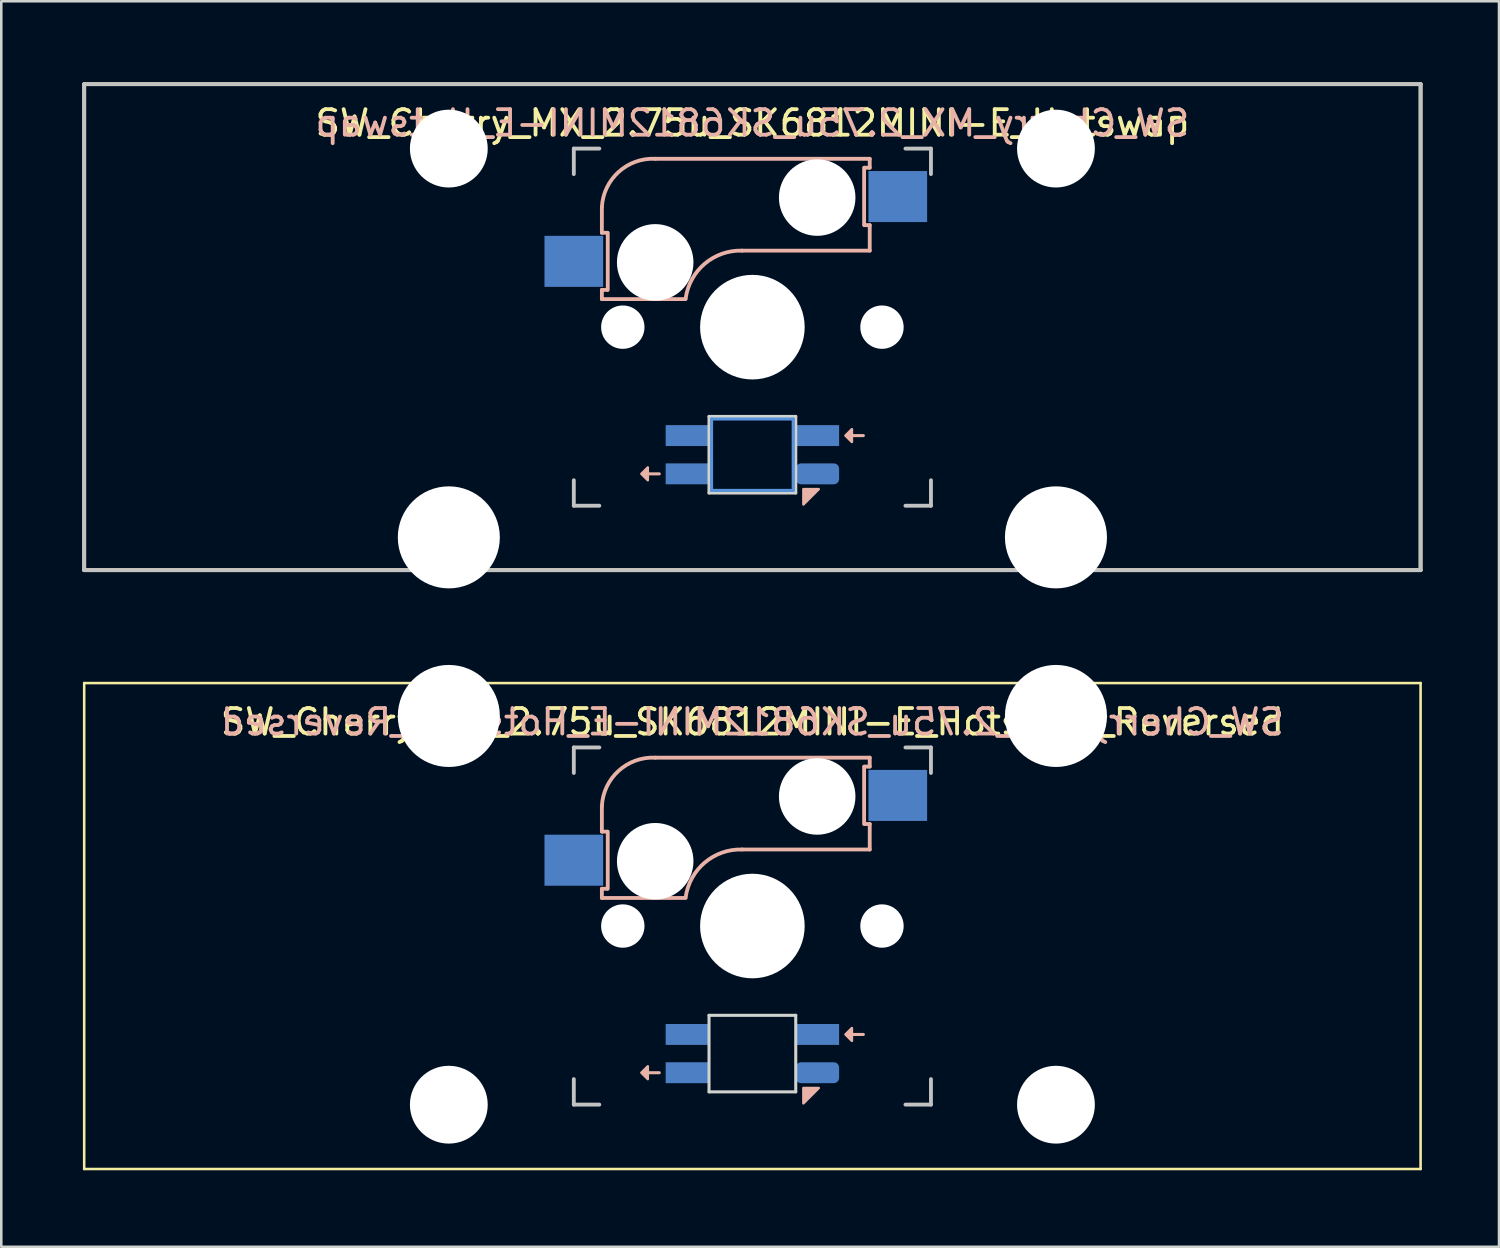
<source format=kicad_pcb>
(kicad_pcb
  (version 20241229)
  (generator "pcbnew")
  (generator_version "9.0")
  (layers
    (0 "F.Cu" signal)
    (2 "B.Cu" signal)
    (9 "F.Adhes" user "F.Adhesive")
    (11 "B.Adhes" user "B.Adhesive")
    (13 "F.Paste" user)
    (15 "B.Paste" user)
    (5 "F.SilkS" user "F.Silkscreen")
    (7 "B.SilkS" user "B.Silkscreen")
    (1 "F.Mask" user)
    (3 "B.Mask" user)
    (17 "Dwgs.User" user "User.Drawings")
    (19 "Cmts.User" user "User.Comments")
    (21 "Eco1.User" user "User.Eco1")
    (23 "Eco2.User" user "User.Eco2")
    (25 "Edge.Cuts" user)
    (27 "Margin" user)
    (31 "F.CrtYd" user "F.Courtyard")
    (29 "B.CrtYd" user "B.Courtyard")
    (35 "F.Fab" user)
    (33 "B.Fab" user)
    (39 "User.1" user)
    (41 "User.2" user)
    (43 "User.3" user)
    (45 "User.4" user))
  (footprint "SW_Cherry_MX_2.75u_SK6812MINI-E_Hotswap"
    (layer "F.Cu")
    (at 0.25 0.25)
    (property "Reference" "SW_Cherry_MX_2.75u_SK6812MINI-E_Hotswap" (at 26.194 1.525 0) (unlocked yes) (layer "F.SilkS") (effects (font (size 1 1) (thickness 0.15))))
    (attr through_hole)
    (fp_line (start 0 0) (end 52.388 0) (stroke (width 0.15) (type solid)) (layer "F.SilkS"))
    (fp_line (start 0 19.05) (end 0 0) (stroke (width 0.15) (type solid)) (layer "F.SilkS"))
    (fp_line (start 52.388 0) (end 52.388 19.05) (stroke (width 0.15) (type solid)) (layer "F.SilkS"))
    (fp_line (start 52.388 19.05) (end 0 19.05) (stroke (width 0.15) (type solid)) (layer "F.SilkS"))
    (fp_line (start 20.294 4.825) (end 20.294 5.825) (stroke (width 0.15) (type solid)) (layer "B.SilkS"))
    (fp_line (start 20.294 5.825) (end 20.494 5.825) (stroke (width 0.15) (type solid)) (layer "B.SilkS"))
    (fp_line (start 20.294 8.425) (end 20.294 8.065) (stroke (width 0.15) (type solid)) (layer "B.SilkS"))
    (fp_line (start 20.294 8.425) (end 23.574 8.425) (stroke (width 0.15) (type solid)) (layer "B.SilkS"))
    (fp_line (start 20.494 8.065) (end 20.294 8.065) (stroke (width 0.15) (type solid)) (layer "B.SilkS"))
    (fp_line (start 20.524 5.825) (end 20.524 8.065) (stroke (width 0.15) (type solid)) (layer "B.SilkS"))
    (fp_line (start 22.094 15.275) (end 22.544 15.275) (stroke (width 0.12) (type solid)) (layer "B.SilkS"))
    (fp_line (start 25.794 6.525) (end 30.794 6.525) (stroke (width 0.15) (type solid)) (layer "B.SilkS"))
    (fp_line (start 30.094 13.775) (end 30.544 13.775) (stroke (width 0.12) (type solid)) (layer "B.SilkS"))
    (fp_line (start 30.574 5.525) (end 30.574 3.275) (stroke (width 0.15) (type solid)) (layer "B.SilkS"))
    (fp_line (start 30.594 3.275) (end 30.794 3.275) (stroke (width 0.15) (type solid)) (layer "B.SilkS"))
    (fp_line (start 30.794 2.925) (end 22.394 2.925) (stroke (width 0.15) (type solid)) (layer "B.SilkS"))
    (fp_line (start 30.794 3.275) (end 30.794 2.925) (stroke (width 0.15) (type solid)) (layer "B.SilkS"))
    (fp_line (start 30.794 5.525) (end 30.594 5.525) (stroke (width 0.15) (type solid)) (layer "B.SilkS"))
    (fp_line (start 30.794 6.525) (end 30.794 5.525) (stroke (width 0.15) (type solid)) (layer "B.SilkS"))
    (fp_arc (start 20.29375 4.825001) (mid 20.950246 3.440076) (end 22.393749 2.925) (stroke (width 0.15) (type solid)) (layer "B.SilkS"))
    (fp_arc (start 23.577432 8.403529) (mid 24.325041 7.038882) (end 25.79375 6.525) (stroke (width 0.15) (type solid)) (layer "B.SilkS"))
    (fp_poly (pts (xy 22.094 15.025) (xy 21.844 15.275) (xy 22.094 15.525)) (stroke (width 0.1) (type solid)) (fill yes) (layer "B.SilkS"))
    (fp_poly (pts (xy 28.194 16.475) (xy 28.194 15.875) (xy 28.794 15.875)) (stroke (width 0.1) (type solid)) (fill yes) (layer "B.SilkS"))
    (fp_poly (pts (xy 30.094 13.525) (xy 29.844 13.775) (xy 30.094 14.025)) (stroke (width 0.1) (type solid)) (fill yes) (layer "B.SilkS"))
    (fp_line (start 0 0) (end 52.388 0) (stroke (width 0.15) (type solid)) (layer "Dwgs.User"))
    (fp_line (start 0 19.05) (end 0 0) (stroke (width 0.15) (type solid)) (layer "Dwgs.User"))
    (fp_line (start 19.194 2.525) (end 20.194 2.525) (stroke (width 0.15) (type solid)) (layer "Dwgs.User"))
    (fp_line (start 19.194 3.525) (end 19.194 2.525) (stroke (width 0.15) (type solid)) (layer "Dwgs.User"))
    (fp_line (start 19.194 15.525) (end 19.194 16.525) (stroke (width 0.15) (type solid)) (layer "Dwgs.User"))
    (fp_line (start 19.194 16.525) (end 20.194 16.525) (stroke (width 0.15) (type solid)) (layer "Dwgs.User"))
    (fp_line (start 32.194 16.525) (end 33.194 16.525) (stroke (width 0.15) (type solid)) (layer "Dwgs.User"))
    (fp_line (start 33.194 2.525) (end 32.194 2.525) (stroke (width 0.15) (type solid)) (layer "Dwgs.User"))
    (fp_line (start 33.194 2.525) (end 33.194 3.525) (stroke (width 0.15) (type solid)) (layer "Dwgs.User"))
    (fp_line (start 33.194 16.525) (end 33.194 15.525) (stroke (width 0.15) (type solid)) (layer "Dwgs.User"))
    (fp_line (start 52.388 0) (end 52.388 19.05) (stroke (width 0.15) (type solid)) (layer "Dwgs.User"))
    (fp_line (start 52.388 19.05) (end 0 19.05) (stroke (width 0.15) (type solid)) (layer "Dwgs.User"))
    (fp_line (start 24.594 13.125) (end 27.794 13.125) (stroke (width 0.12) (type solid)) (layer "Cmts.User"))
    (fp_line (start 24.594 15.925) (end 24.594 13.125) (stroke (width 0.12) (type solid)) (layer "Cmts.User"))
    (fp_line (start 27.794 13.125) (end 27.794 15.925) (stroke (width 0.12) (type solid)) (layer "Cmts.User"))
    (fp_line (start 27.794 15.925) (end 24.594 15.925) (stroke (width 0.12) (type solid)) (layer "Cmts.User"))
    (fp_line (start 10.065 7.239) (end 10.928 7.239) (stroke (width 0.05) (type solid)) (layer "Eco1.User"))
    (fp_line (start 10.065 10.033) (end 10.065 7.239) (stroke (width 0.05) (type solid)) (layer "Eco1.User"))
    (fp_line (start 10.928 3.835) (end 17.583 3.835) (stroke (width 0.05) (type solid)) (layer "Eco1.User"))
    (fp_line (start 10.928 7.239) (end 10.928 3.835) (stroke (width 0.05) (type solid)) (layer "Eco1.User"))
    (fp_line (start 10.928 10.033) (end 10.065 10.033) (stroke (width 0.05) (type solid)) (layer "Eco1.User"))
    (fp_line (start 10.928 16.129) (end 10.928 10.033) (stroke (width 0.05) (type solid)) (layer "Eco1.User"))
    (fp_line (start 11.97 16.129) (end 10.928 16.129) (stroke (width 0.05) (type solid)) (layer "Eco1.User"))
    (fp_line (start 11.97 17.297) (end 11.97 16.129) (stroke (width 0.05) (type solid)) (layer "Eco1.User"))
    (fp_line (start 16.542 16.129) (end 16.542 17.297) (stroke (width 0.05) (type solid)) (layer "Eco1.User"))
    (fp_line (start 16.542 17.297) (end 11.97 17.297) (stroke (width 0.05) (type solid)) (layer "Eco1.User"))
    (fp_line (start 17.583 3.835) (end 17.583 4.648) (stroke (width 0.05) (type solid)) (layer "Eco1.User"))
    (fp_line (start 17.583 4.648) (end 19.209 4.648) (stroke (width 0.05) (type solid)) (layer "Eco1.User"))
    (fp_line (start 17.583 15.342) (end 17.583 16.129) (stroke (width 0.05) (type solid)) (layer "Eco1.User"))
    (fp_line (start 17.583 16.129) (end 16.542 16.129) (stroke (width 0.05) (type solid)) (layer "Eco1.User"))
    (fp_line (start 19.209 2.54) (end 33.179 2.54) (stroke (width 0.05) (type solid)) (layer "Eco1.User"))
    (fp_line (start 19.209 4.648) (end 19.209 2.54) (stroke (width 0.05) (type solid)) (layer "Eco1.User"))
    (fp_line (start 19.209 15.342) (end 17.583 15.342) (stroke (width 0.05) (type solid)) (layer "Eco1.User"))
    (fp_line (start 19.209 16.51) (end 19.209 15.342) (stroke (width 0.05) (type solid)) (layer "Eco1.User"))
    (fp_line (start 33.179 2.54) (end 33.179 4.648) (stroke (width 0.05) (type solid)) (layer "Eco1.User"))
    (fp_line (start 33.179 4.648) (end 34.804 4.648) (stroke (width 0.05) (type solid)) (layer "Eco1.User"))
    (fp_line (start 33.179 15.342) (end 33.179 16.51) (stroke (width 0.05) (type solid)) (layer "Eco1.User"))
    (fp_line (start 33.179 16.51) (end 19.209 16.51) (stroke (width 0.05) (type solid)) (layer "Eco1.User"))
    (fp_line (start 34.804 3.835) (end 41.459 3.835) (stroke (width 0.05) (type solid)) (layer "Eco1.User"))
    (fp_line (start 34.804 4.648) (end 34.804 3.835) (stroke (width 0.05) (type solid)) (layer "Eco1.User"))
    (fp_line (start 34.804 15.342) (end 33.179 15.342) (stroke (width 0.05) (type solid)) (layer "Eco1.User"))
    (fp_line (start 34.804 16.129) (end 34.804 15.342) (stroke (width 0.05) (type solid)) (layer "Eco1.User"))
    (fp_line (start 35.846 16.129) (end 34.804 16.129) (stroke (width 0.05) (type solid)) (layer "Eco1.User"))
    (fp_line (start 35.846 17.297) (end 35.846 16.129) (stroke (width 0.05) (type solid)) (layer "Eco1.User"))
    (fp_line (start 40.418 16.129) (end 40.418 17.297) (stroke (width 0.05) (type solid)) (layer "Eco1.User"))
    (fp_line (start 40.418 17.297) (end 35.846 17.297) (stroke (width 0.05) (type solid)) (layer "Eco1.User"))
    (fp_line (start 41.459 3.835) (end 41.459 7.239) (stroke (width 0.05) (type solid)) (layer "Eco1.User"))
    (fp_line (start 41.459 7.239) (end 42.323 7.239) (stroke (width 0.05) (type solid)) (layer "Eco1.User"))
    (fp_line (start 41.459 10.033) (end 41.459 16.129) (stroke (width 0.05) (type solid)) (layer "Eco1.User"))
    (fp_line (start 41.459 16.129) (end 40.418 16.129) (stroke (width 0.05) (type solid)) (layer "Eco1.User"))
    (fp_line (start 42.323 7.239) (end 42.323 10.033) (stroke (width 0.05) (type solid)) (layer "Eco1.User"))
    (fp_line (start 42.323 10.033) (end 41.459 10.033) (stroke (width 0.05) (type solid)) (layer "Eco1.User"))
    (fp_line (start 24.494 13.025) (end 27.894 13.025) (stroke (width 0.12) (type solid)) (layer "Edge.Cuts"))
    (fp_line (start 24.494 16.025) (end 24.494 13.025) (stroke (width 0.12) (type solid)) (layer "Edge.Cuts"))
    (fp_line (start 27.894 13.025) (end 27.894 16.025) (stroke (width 0.12) (type solid)) (layer "Edge.Cuts"))
    (fp_line (start 27.894 16.025) (end 24.494 16.025) (stroke (width 0.12) (type solid)) (layer "Edge.Cuts"))
    (fp_text user "${REFERENCE}" (at 26.194 1.525 0) (layer "B.SilkS") (effects (font (size 1 1) (thickness 0.15)) (justify mirror)))
    (pad "" np_thru_hole circle (at 14.294 2.525) (size 3.05 3.05) (drill 3.05) (layers "*.Cu" "*.Mask"))
    (pad "" np_thru_hole circle (at 14.294 17.765) (size 4 4) (drill 4) (layers "*.Cu" "*.Mask"))
    (pad "" np_thru_hole circle (at 21.114 9.525) (size 1.7 1.7) (drill 1.7) (layers "*.Cu" "*.Mask"))
    (pad "" np_thru_hole circle (at 22.384 6.985 180) (size 3 3) (drill 3) (layers "*.Cu" "*.Mask"))
    (pad "" np_thru_hole circle (at 26.194 9.525 90) (size 4.1 4.1) (drill 4.1) (layers "*.Cu" "*.Mask"))
    (pad "" np_thru_hole circle (at 28.734 4.445 180) (size 3 3) (drill 3) (layers "*.Cu" "*.Mask"))
    (pad "" np_thru_hole circle (at 31.274 9.525) (size 1.7 1.7) (drill 1.7) (layers "*.Cu" "*.Mask"))
    (pad "" np_thru_hole circle (at 38.094 2.525) (size 3.05 3.05) (drill 3.05) (layers "*.Cu" "*.Mask"))
    (pad "" np_thru_hole circle (at 38.094 17.765) (size 4 4) (drill 4) (layers "*.Cu" "*.Mask"))
    (pad "1" smd rect (at 19.194 6.945 180) (size 2.3 2) (layers "B.Cu" "B.Mask" "B.Paste"))
    (pad "2" smd rect (at 31.894 4.405 180) (size 2.3 2) (layers "B.Cu" "B.Mask" "B.Paste"))
    (pad "3" smd rect (at 23.644 15.275) (size 1.7 0.82) (layers "B.Cu" "B.Mask" "B.Paste"))
    (pad "4" smd rect (at 23.644 13.775) (size 1.7 0.82) (layers "B.Cu" "B.Mask" "B.Paste"))
    (pad "5" smd rect (at 28.744 13.775) (size 1.7 0.82) (layers "B.Cu" "B.Mask" "B.Paste"))
    (pad "6" smd roundrect (at 28.744 15.275) (size 1.7 0.82) (layers "B.Cu" "B.Mask" "B.Paste") (roundrect_rratio 0.25)))
  (footprint "SW_Cherry_MX_2.75u_SK6812MINI-E_Hotswap_Reversed"
    (layer "F.Cu")
    (at 0.25 23.726)
    (property "Reference" "SW_Cherry_MX_2.75u_SK6812MINI-E_Hotswap_Reversed" (at 26.194 1.525 0) (unlocked yes) (layer "F.SilkS") (effects (font (size 1 1) (thickness 0.15))))
    (attr smd)
    (fp_line (start 0 0) (end 52.388 0) (stroke (width 0.1) (type solid)) (layer "F.SilkS"))
    (fp_line (start 0 19.05) (end 0 0) (stroke (width 0.1) (type solid)) (layer "F.SilkS"))
    (fp_line (start 52.388 0) (end 52.388 19.05) (stroke (width 0.1) (type solid)) (layer "F.SilkS"))
    (fp_line (start 52.388 19.05) (end 0 19.05) (stroke (width 0.1) (type solid)) (layer "F.SilkS"))
    (fp_line (start 20.294 4.825) (end 20.294 5.825) (stroke (width 0.15) (type solid)) (layer "B.SilkS"))
    (fp_line (start 20.294 5.825) (end 20.494 5.825) (stroke (width 0.15) (type solid)) (layer "B.SilkS"))
    (fp_line (start 20.294 8.425) (end 20.294 8.065) (stroke (width 0.15) (type solid)) (layer "B.SilkS"))
    (fp_line (start 20.294 8.425) (end 23.574 8.425) (stroke (width 0.15) (type solid)) (layer "B.SilkS"))
    (fp_line (start 20.494 8.065) (end 20.294 8.065) (stroke (width 0.15) (type solid)) (layer "B.SilkS"))
    (fp_line (start 20.524 5.825) (end 20.524 8.065) (stroke (width 0.15) (type solid)) (layer "B.SilkS"))
    (fp_line (start 22.094 15.275) (end 22.544 15.275) (stroke (width 0.12) (type solid)) (layer "B.SilkS"))
    (fp_line (start 25.794 6.525) (end 30.794 6.525) (stroke (width 0.15) (type solid)) (layer "B.SilkS"))
    (fp_line (start 30.094 13.775) (end 30.544 13.775) (stroke (width 0.12) (type solid)) (layer "B.SilkS"))
    (fp_line (start 30.574 5.525) (end 30.574 3.275) (stroke (width 0.15) (type solid)) (layer "B.SilkS"))
    (fp_line (start 30.594 3.275) (end 30.794 3.275) (stroke (width 0.15) (type solid)) (layer "B.SilkS"))
    (fp_line (start 30.794 2.925) (end 22.394 2.925) (stroke (width 0.15) (type solid)) (layer "B.SilkS"))
    (fp_line (start 30.794 3.275) (end 30.794 2.925) (stroke (width 0.15) (type solid)) (layer "B.SilkS"))
    (fp_line (start 30.794 5.525) (end 30.594 5.525) (stroke (width 0.15) (type solid)) (layer "B.SilkS"))
    (fp_line (start 30.794 6.525) (end 30.794 5.525) (stroke (width 0.15) (type solid)) (layer "B.SilkS"))
    (fp_arc (start 20.29375 4.825001) (mid 20.950246 3.440076) (end 22.393749 2.925) (stroke (width 0.15) (type solid)) (layer "B.SilkS"))
    (fp_arc (start 23.577432 8.403529) (mid 24.325041 7.038882) (end 25.79375 6.525) (stroke (width 0.15) (type solid)) (layer "B.SilkS"))
    (fp_poly (pts (xy 22.094 15.025) (xy 21.844 15.275) (xy 22.094 15.525)) (stroke (width 0.1) (type solid)) (fill yes) (layer "B.SilkS"))
    (fp_poly (pts (xy 28.194 16.475) (xy 28.194 15.875) (xy 28.794 15.875)) (stroke (width 0.1) (type solid)) (fill yes) (layer "B.SilkS"))
    (fp_poly (pts (xy 30.094 13.525) (xy 29.844 13.775) (xy 30.094 14.025)) (stroke (width 0.1) (type solid)) (fill yes) (layer "B.SilkS"))
    (fp_line (start 19.194 2.525) (end 20.194 2.525) (stroke (width 0.15) (type solid)) (layer "Dwgs.User"))
    (fp_line (start 19.194 3.525) (end 19.194 2.525) (stroke (width 0.15) (type solid)) (layer "Dwgs.User"))
    (fp_line (start 19.194 15.525) (end 19.194 16.525) (stroke (width 0.15) (type solid)) (layer "Dwgs.User"))
    (fp_line (start 19.194 16.525) (end 20.194 16.525) (stroke (width 0.15) (type solid)) (layer "Dwgs.User"))
    (fp_line (start 32.194 16.525) (end 33.194 16.525) (stroke (width 0.15) (type solid)) (layer "Dwgs.User"))
    (fp_line (start 33.194 2.525) (end 32.194 2.525) (stroke (width 0.15) (type solid)) (layer "Dwgs.User"))
    (fp_line (start 33.194 2.525) (end 33.194 3.525) (stroke (width 0.15) (type solid)) (layer "Dwgs.User"))
    (fp_line (start 33.194 16.525) (end 33.194 15.525) (stroke (width 0.15) (type solid)) (layer "Dwgs.User"))
    (fp_line (start 10.694 0.475) (end 10.694 15.575) (stroke (width 0.05) (type solid)) (layer "Eco1.User"))
    (fp_line (start 17.694 0.475) (end 10.694 0.475) (stroke (width 0.05) (type solid)) (layer "Eco1.User"))
    (fp_line (start 17.694 0.475) (end 17.694 2.475) (stroke (width 0.05) (type solid)) (layer "Eco1.User"))
    (fp_line (start 19.144 15.575) (end 10.694 15.575) (stroke (width 0.05) (type solid)) (layer "Eco1.User"))
    (fp_line (start 19.144 16.575) (end 19.144 15.575) (stroke (width 0.05) (type solid)) (layer "Eco1.User"))
    (fp_line (start 26.194 2.475) (end 17.694 2.475) (stroke (width 0.05) (type default)) (layer "Eco1.User"))
    (fp_line (start 26.194 2.475) (end 34.694 2.475) (stroke (width 0.05) (type solid)) (layer "Eco1.User"))
    (fp_line (start 33.244 16.575) (end 19.144 16.575) (stroke (width 0.05) (type solid)) (layer "Eco1.User"))
    (fp_line (start 33.244 16.575) (end 33.244 15.575) (stroke (width 0.05) (type solid)) (layer "Eco1.User"))
    (fp_line (start 34.694 0.475) (end 41.694 0.475) (stroke (width 0.05) (type solid)) (layer "Eco1.User"))
    (fp_line (start 34.694 2.475) (end 34.694 0.475) (stroke (width 0.05) (type solid)) (layer "Eco1.User"))
    (fp_line (start 41.694 0.475) (end 41.694 15.575) (stroke (width 0.05) (type solid)) (layer "Eco1.User"))
    (fp_line (start 41.694 15.575) (end 33.244 15.575) (stroke (width 0.05) (type solid)) (layer "Eco1.User"))
    (fp_line (start 24.494 13.025) (end 27.894 13.025) (stroke (width 0.12) (type solid)) (layer "Edge.Cuts"))
    (fp_line (start 24.494 16.025) (end 24.494 13.025) (stroke (width 0.12) (type solid)) (layer "Edge.Cuts"))
    (fp_line (start 27.894 13.025) (end 27.894 16.025) (stroke (width 0.12) (type solid)) (layer "Edge.Cuts"))
    (fp_line (start 27.894 16.025) (end 24.494 16.025) (stroke (width 0.12) (type solid)) (layer "Edge.Cuts"))
    (fp_text user "${REFERENCE}" (at 26.194 1.525 0) (layer "B.SilkS") (effects (font (size 1 1) (thickness 0.15)) (justify mirror)))
    (pad "" np_thru_hole circle (at 14.294 1.29 180) (size 4 4) (drill 4) (layers "*.Cu" "*.Mask"))
    (pad "" np_thru_hole circle (at 14.294 16.529 180) (size 3.05 3.05) (drill 3.05) (layers "*.Cu" "*.Mask"))
    (pad "" np_thru_hole circle (at 21.114 9.525) (size 1.7 1.7) (drill 1.7) (layers "*.Cu" "*.Mask"))
    (pad "" np_thru_hole circle (at 22.384 6.985 180) (size 3 3) (drill 3) (layers "*.Cu" "*.Mask"))
    (pad "" np_thru_hole circle (at 26.194 9.525 90) (size 4.1 4.1) (drill 4.1) (layers "*.Cu" "*.Mask"))
    (pad "" np_thru_hole circle (at 28.734 4.445 180) (size 3 3) (drill 3) (layers "*.Cu" "*.Mask"))
    (pad "" np_thru_hole circle (at 31.274 9.525) (size 1.7 1.7) (drill 1.7) (layers "*.Cu" "*.Mask"))
    (pad "" np_thru_hole circle (at 38.094 1.29 180) (size 4 4) (drill 4) (layers "*.Cu" "*.Mask"))
    (pad "" np_thru_hole circle (at 38.094 16.529 180) (size 3.05 3.05) (drill 3.05) (layers "*.Cu" "*.Mask"))
    (pad "1" smd rect (at 19.194 6.945 180) (size 2.3 2) (layers "B.Cu" "B.Mask" "B.Paste"))
    (pad "2" smd rect (at 31.894 4.405 180) (size 2.3 2) (layers "B.Cu" "B.Mask" "B.Paste"))
    (pad "3" smd rect (at 23.644 13.775) (size 1.7 0.82) (layers "B.Cu" "B.Mask" "B.Paste"))
    (pad "4" smd rect (at 23.644 15.275) (size 1.7 0.82) (layers "B.Cu" "B.Mask" "B.Paste"))
    (pad "5" smd roundrect (at 28.744 15.275) (size 1.7 0.82) (layers "B.Cu" "B.Mask" "B.Paste") (roundrect_rratio 0.25))
    (pad "6" smd rect (at 28.744 13.775) (size 1.7 0.82) (layers "B.Cu" "B.Mask" "B.Paste")))
  (gr_rect
    (start -3 -3)
    (end 55.712 45.825)
    (stroke (width 0.1) (type default))
    (fill no)
    (layer "Edge.Cuts")))
</source>
